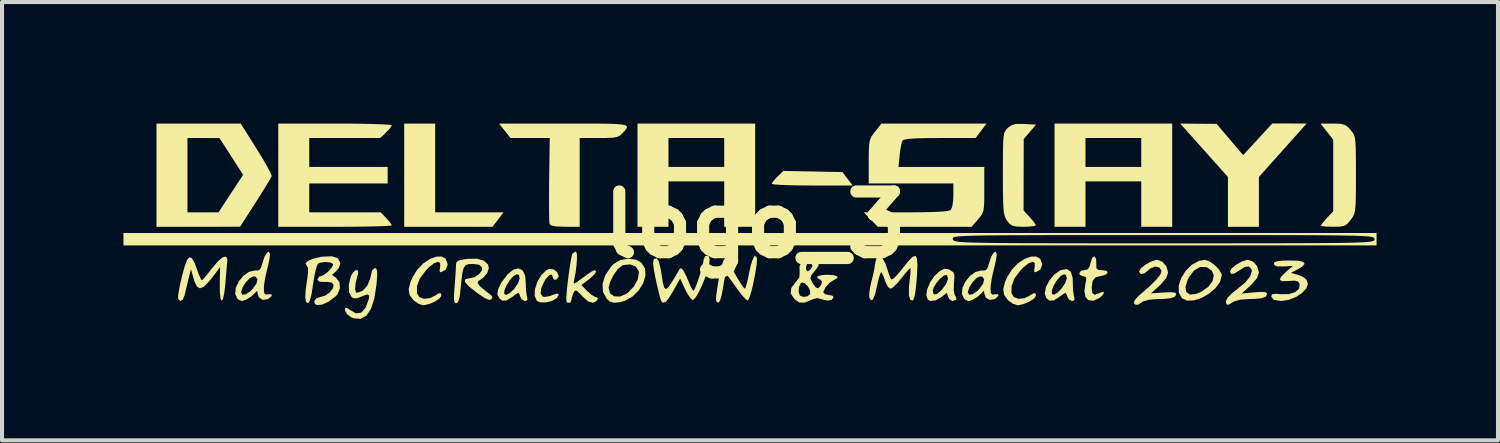
<source format=kicad_pcb>
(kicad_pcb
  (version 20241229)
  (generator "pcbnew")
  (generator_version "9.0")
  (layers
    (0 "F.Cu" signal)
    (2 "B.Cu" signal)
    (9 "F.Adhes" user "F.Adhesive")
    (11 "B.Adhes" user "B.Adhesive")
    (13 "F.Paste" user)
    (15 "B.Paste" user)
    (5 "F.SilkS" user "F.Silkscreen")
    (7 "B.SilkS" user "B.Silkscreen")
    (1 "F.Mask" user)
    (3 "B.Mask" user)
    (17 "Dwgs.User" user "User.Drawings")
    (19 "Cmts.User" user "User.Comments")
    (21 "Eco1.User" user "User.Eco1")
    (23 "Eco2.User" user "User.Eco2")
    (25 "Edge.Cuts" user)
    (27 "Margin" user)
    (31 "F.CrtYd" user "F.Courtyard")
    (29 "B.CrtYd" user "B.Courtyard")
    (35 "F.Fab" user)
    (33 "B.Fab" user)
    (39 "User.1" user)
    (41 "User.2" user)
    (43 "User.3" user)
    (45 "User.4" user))
  (footprint "logo_3"
    (layer "F.Cu")
    (at 15.607 2.502)
    (property "Reference" "logo_3" (at 0 0 0) (layer "F.SilkS") (effects (font (size 1.5 1.5) (thickness 0.3))))
    (attr board_only exclude_from_pos_files exclude_from_bom)
    (fp_poly (pts (xy -7.906 -1.403) (xy -7.906 -0.306) (xy -7.061 -0.306) (xy -6.217 -0.306) (xy -6.353 -0.128) (xy -6.49 0.051) (xy -7.58 0.051) (xy -8.671 0.051) (xy -8.671 -1.224) (xy -8.671 -2.499) (xy -8.288 -2.499) (xy -7.906 -2.499)) (stroke (width 0) (type solid)) (fill yes) (layer "F.SilkS"))
    (fp_poly (pts (xy 1.426 -1.315) (xy 2.155 -1.301) (xy 2.283 -1.135) (xy 2.41 -0.969) (xy 1.409 -0.969) (xy 1.102 -0.971) (xy 0.833 -0.977) (xy 0.618 -0.985) (xy 0.471 -0.996) (xy 0.409 -1.009) (xy 0.408 -1.011) (xy 0.442 -1.069) (xy 0.525 -1.164) (xy 0.553 -1.191) (xy 0.697 -1.329)) (stroke (width 0) (type solid)) (fill yes) (layer "F.SilkS"))
    (fp_poly (pts (xy 13.2 -2.501) (xy 13.624 -2.499) (xy 13.035 -1.84) (xy 12.445 -1.18) (xy 12.445 -0.565) (xy 12.445 0.051) (xy 12.062 0.051) (xy 11.68 0.051) (xy 11.68 -0.565) (xy 11.68 -1.18) (xy 11.09 -1.84) (xy 10.501 -2.499) (xy 10.95 -2.495) (xy 11.399 -2.492) (xy 11.728 -2.106) (xy 12.056 -1.72) (xy 12.416 -2.111) (xy 12.777 -2.502)) (stroke (width 0) (type solid)) (fill yes) (layer "F.SilkS"))
    (fp_poly (pts (xy 0 -1.224) (xy 0 0.051) (xy -0.383 0.051) (xy -0.765 0.051) (xy -0.765 -0.51) (xy -0.765 -1.071) (xy -1.454 -1.071) (xy -2.142 -1.071) (xy -2.142 -0.51) (xy -2.142 0.051) (xy -2.525 0.051) (xy -2.907 0.051) (xy -2.907 -1.224) (xy -2.907 -2.142) (xy -2.142 -2.142) (xy -2.142 -1.785) (xy -2.142 -1.428) (xy -1.454 -1.428) (xy -0.765 -1.428) (xy -0.765 -1.785) (xy -0.765 -2.142) (xy -1.454 -2.142) (xy -2.142 -2.142) (xy -2.907 -2.142) (xy -2.907 -2.499) (xy -1.454 -2.499) (xy 0 -2.499)) (stroke (width 0) (type solid)) (fill yes) (layer "F.SilkS"))
    (fp_poly (pts (xy 10.303 -1.224) (xy 10.303 0.051) (xy 9.92 0.051) (xy 9.538 0.051) (xy 9.538 -0.51) (xy 9.538 -1.071) (xy 8.849 -1.071) (xy 8.161 -1.071) (xy 8.161 -0.51) (xy 8.161 0.051) (xy 7.778 0.051) (xy 7.396 0.051) (xy 7.396 -1.224) (xy 7.396 -2.142) (xy 8.161 -2.142) (xy 8.161 -1.785) (xy 8.161 -1.428) (xy 8.849 -1.428) (xy 9.538 -1.428) (xy 9.538 -1.785) (xy 9.538 -2.142) (xy 8.849 -2.142) (xy 8.161 -2.142) (xy 7.396 -2.142) (xy 7.396 -2.499) (xy 8.849 -2.499) (xy 10.303 -2.499)) (stroke (width 0) (type solid)) (fill yes) (layer "F.SilkS"))
    (fp_poly (pts (xy -4.985 1.101) (xy -4.894 1.168) (xy -4.855 1.263) (xy -4.861 1.295) (xy -4.911 1.356) (xy -4.973 1.357) (xy -4.998 1.305) (xy -5.021 1.232) (xy -5.081 1.243) (xy -5.165 1.332) (xy -5.203 1.39) (xy -5.284 1.561) (xy -5.302 1.694) (xy -5.256 1.771) (xy -5.199 1.785) (xy -5.066 1.761) (xy -4.991 1.73) (xy -4.889 1.698) (xy -4.852 1.728) (xy -4.894 1.804) (xy -4.903 1.814) (xy -5.018 1.882) (xy -5.168 1.919) (xy -5.31 1.918) (xy -5.394 1.881) (xy -5.447 1.76) (xy -5.441 1.595) (xy -5.384 1.416) (xy -5.29 1.252) (xy -5.168 1.131) (xy -5.092 1.094)) (stroke (width 0) (type solid)) (fill yes) (layer "F.SilkS"))
    (fp_poly (pts (xy -12.32 -1.88) (xy -12.181 -1.655) (xy -12.067 -1.458) (xy -11.985 -1.306) (xy -11.947 -1.216) (xy -11.945 -1.202) (xy -11.977 -1.139) (xy -12.054 -1.008) (xy -12.165 -0.827) (xy -12.301 -0.612) (xy -12.343 -0.546) (xy -12.726 0.05) (xy -13.758 0.051) (xy -14.791 0.051) (xy -14.791 -1.224) (xy -14.791 -2.142) (xy -14.026 -2.142) (xy -14.026 -1.224) (xy -14.026 -0.306) (xy -13.643 -0.306) (xy -13.259 -0.306) (xy -12.955 -0.769) (xy -12.651 -1.232) (xy -12.821 -1.498) (xy -12.938 -1.68) (xy -13.054 -1.86) (xy -13.113 -1.953) (xy -13.236 -2.141) (xy -13.631 -2.142) (xy -14.026 -2.142) (xy -14.791 -2.142) (xy -14.791 -2.499) (xy -13.75 -2.499) (xy -12.709 -2.499)) (stroke (width 0) (type solid)) (fill yes) (layer "F.SilkS"))
    (fp_poly (pts (xy -3.9 -2.498) (xy -3.621 -2.495) (xy -3.418 -2.487) (xy -3.281 -2.474) (xy -3.2 -2.454) (xy -3.168 -2.425) (xy -3.174 -2.386) (xy -3.21 -2.336) (xy -3.267 -2.272) (xy -3.281 -2.257) (xy -3.34 -2.202) (xy -3.412 -2.168) (xy -3.523 -2.15) (xy -3.696 -2.143) (xy -3.86 -2.142) (xy -4.335 -2.142) (xy -4.335 -1.046) (xy -4.335 0.051) (xy -4.694 0.051) (xy -4.91 0.043) (xy -5.036 0.018) (xy -5.079 -0.017) (xy -5.086 -0.087) (xy -5.091 -0.242) (xy -5.093 -0.466) (xy -5.093 -0.742) (xy -5.091 -1.054) (xy -5.09 -1.113) (xy -5.075 -2.142) (xy -5.559 -2.142) (xy -6.044 -2.142) (xy -6.186 -2.321) (xy -6.329 -2.499) (xy -4.717 -2.499) (xy -4.262 -2.499)) (stroke (width 0) (type solid)) (fill yes) (layer "F.SilkS"))
    (fp_poly (pts (xy 6.651 -2.489) (xy 6.94 -2.474) (xy 6.788 -2.295) (xy 6.635 -2.117) (xy 6.633 -1.234) (xy 6.631 -0.351) (xy 6.783 -0.188) (xy 6.877 -0.081) (xy 6.931 -0.003) (xy 6.936 0.013) (xy 6.89 0.033) (xy 6.77 0.047) (xy 6.634 0.051) (xy 6.459 0.046) (xy 6.352 0.023) (xy 6.279 -0.029) (xy 6.226 -0.097) (xy 6.19 -0.154) (xy 6.163 -0.22) (xy 6.144 -0.309) (xy 6.132 -0.438) (xy 6.125 -0.621) (xy 6.121 -0.873) (xy 6.12 -1.21) (xy 6.12 -1.261) (xy 6.121 -1.607) (xy 6.123 -1.866) (xy 6.128 -2.052) (xy 6.139 -2.181) (xy 6.155 -2.266) (xy 6.18 -2.322) (xy 6.214 -2.365) (xy 6.241 -2.391) (xy 6.332 -2.458) (xy 6.44 -2.489) (xy 6.604 -2.491)) (stroke (width 0) (type solid)) (fill yes) (layer "F.SilkS"))
    (fp_poly (pts (xy 14.45 -2.494) (xy 14.562 -2.47) (xy 14.644 -2.414) (xy 14.71 -2.342) (xy 14.756 -2.285) (xy 14.79 -2.228) (xy 14.814 -2.156) (xy 14.829 -2.053) (xy 14.837 -1.903) (xy 14.841 -1.689) (xy 14.842 -1.397) (xy 14.842 -1.238) (xy 14.842 -0.905) (xy 14.839 -0.658) (xy 14.833 -0.48) (xy 14.821 -0.357) (xy 14.801 -0.27) (xy 14.772 -0.205) (xy 14.731 -0.144) (xy 14.712 -0.12) (xy 14.631 -0.023) (xy 14.551 0.028) (xy 14.437 0.048) (xy 14.279 0.051) (xy 14.118 0.047) (xy 14.008 0.035) (xy 13.975 0.023) (xy 14.007 -0.028) (xy 14.087 -0.124) (xy 14.128 -0.169) (xy 14.281 -0.332) (xy 14.281 -1.217) (xy 14.281 -2.102) (xy 14.124 -2.301) (xy 13.967 -2.499) (xy 14.272 -2.499)) (stroke (width 0) (type solid)) (fill yes) (layer "F.SilkS"))
    (fp_poly (pts (xy 11.224 0.905) (xy 11.353 0.997) (xy 11.464 1.114) (xy 11.524 1.226) (xy 11.527 1.251) (xy 11.485 1.411) (xy 11.374 1.565) (xy 11.215 1.702) (xy 11.031 1.807) (xy 10.843 1.869) (xy 10.673 1.876) (xy 10.543 1.814) (xy 10.541 1.812) (xy 10.466 1.672) (xy 10.465 1.537) (xy 10.63 1.537) (xy 10.65 1.665) (xy 10.741 1.726) (xy 10.894 1.71) (xy 11.015 1.659) (xy 11.193 1.535) (xy 11.299 1.395) (xy 11.331 1.255) (xy 11.284 1.135) (xy 11.155 1.05) (xy 10.996 1.042) (xy 10.845 1.129) (xy 10.714 1.302) (xy 10.69 1.349) (xy 10.63 1.537) (xy 10.465 1.537) (xy 10.465 1.5) (xy 10.526 1.315) (xy 10.637 1.139) (xy 10.785 0.992) (xy 10.958 0.895) (xy 11.11 0.867)) (stroke (width 0) (type solid)) (fill yes) (layer "F.SilkS"))
    (fp_poly (pts (xy 8.422 0.841) (xy 8.428 0.962) (xy 8.429 1.073) (xy 8.476 1.116) (xy 8.573 1.122) (xy 8.684 1.142) (xy 8.709 1.188) (xy 8.655 1.237) (xy 8.539 1.267) (xy 8.406 1.303) (xy 8.337 1.388) (xy 8.315 1.545) (xy 8.314 1.568) (xy 8.331 1.692) (xy 8.391 1.73) (xy 8.509 1.688) (xy 8.521 1.681) (xy 8.601 1.656) (xy 8.617 1.687) (xy 8.572 1.753) (xy 8.506 1.808) (xy 8.351 1.879) (xy 8.228 1.861) (xy 8.162 1.787) (xy 8.134 1.638) (xy 8.155 1.481) (xy 8.179 1.35) (xy 8.168 1.291) (xy 8.117 1.275) (xy 8.104 1.275) (xy 8.025 1.242) (xy 8.008 1.199) (xy 8.052 1.137) (xy 8.129 1.122) (xy 8.217 1.102) (xy 8.265 1.025) (xy 8.285 0.94) (xy 8.33 0.814) (xy 8.383 0.782)) (stroke (width 0) (type solid)) (fill yes) (layer "F.SilkS"))
    (fp_poly (pts (xy -10.013 -2.498) (xy -9.682 -2.494) (xy -9.4 -2.487) (xy -9.18 -2.479) (xy -9.035 -2.47) (xy -8.977 -2.459) (xy -8.977 -2.458) (xy -9.01 -2.399) (xy -9.094 -2.305) (xy -9.12 -2.279) (xy -9.263 -2.142) (xy -10.14 -2.142) (xy -11.017 -2.142) (xy -11.017 -1.785) (xy -11.017 -1.428) (xy -10.048 -1.428) (xy -9.079 -1.428) (xy -9.079 -1.224) (xy -9.079 -1.02) (xy -10.048 -1.02) (xy -11.017 -1.02) (xy -11.017 -0.663) (xy -11.017 -0.306) (xy -10.134 -0.306) (xy -9.251 -0.306) (xy -9.114 -0.163) (xy -9.026 -0.063) (xy -8.979 0.007) (xy -8.977 0.016) (xy -9.026 0.025) (xy -9.163 0.033) (xy -9.377 0.04) (xy -9.654 0.046) (xy -9.981 0.05) (xy -10.344 0.051) (xy -10.379 0.051) (xy -11.782 0.051) (xy -11.782 -1.224) (xy -11.782 -2.499) (xy -10.379 -2.499)) (stroke (width 0) (type solid)) (fill yes) (layer "F.SilkS"))
    (fp_poly (pts (xy -2.936 0.867) (xy -2.811 0.939) (xy -2.722 1.08) (xy -2.71 1.254) (xy -2.764 1.44) (xy -2.874 1.62) (xy -3.029 1.773) (xy -3.219 1.881) (xy -3.347 1.915) (xy -3.494 1.928) (xy -3.591 1.898) (xy -3.665 1.832) (xy -3.759 1.662) (xy -3.764 1.569) (xy -3.621 1.569) (xy -3.582 1.7) (xy -3.481 1.77) (xy -3.339 1.774) (xy -3.181 1.706) (xy -3.143 1.679) (xy -2.996 1.526) (xy -2.901 1.35) (xy -2.872 1.184) (xy -2.878 1.143) (xy -2.952 1.034) (xy -3.085 0.981) (xy -3.244 0.994) (xy -3.291 1.012) (xy -3.394 1.097) (xy -3.498 1.242) (xy -3.581 1.407) (xy -3.621 1.553) (xy -3.621 1.569) (xy -3.764 1.569) (xy -3.77 1.459) (xy -3.701 1.242) (xy -3.557 1.033) (xy -3.495 0.969) (xy -3.329 0.872) (xy -3.129 0.838)) (stroke (width 0) (type solid)) (fill yes) (layer "F.SilkS"))
    (fp_poly (pts (xy -7.647 0.841) (xy -7.601 0.962) (xy -7.6 0.995) (xy -7.644 1.11) (xy -7.754 1.17) (xy -7.788 1.173) (xy -7.797 1.131) (xy -7.783 1.046) (xy -7.781 0.945) (xy -7.837 0.916) (xy -7.937 0.954) (xy -8.066 1.056) (xy -8.128 1.121) (xy -8.284 1.327) (xy -8.355 1.517) (xy -8.356 1.691) (xy -8.299 1.787) (xy -8.182 1.83) (xy -8.036 1.814) (xy -7.93 1.763) (xy -7.818 1.697) (xy -7.766 1.694) (xy -7.753 1.75) (xy -7.753 1.754) (xy -7.797 1.821) (xy -7.905 1.894) (xy -8.045 1.956) (xy -8.181 1.988) (xy -8.209 1.989) (xy -8.319 1.954) (xy -8.437 1.87) (xy -8.443 1.864) (xy -8.538 1.735) (xy -8.561 1.591) (xy -8.514 1.409) (xy -8.461 1.29) (xy -8.343 1.103) (xy -8.196 0.953) (xy -8.036 0.846) (xy -7.881 0.789) (xy -7.746 0.785)) (stroke (width 0) (type solid)) (fill yes) (layer "F.SilkS"))
    (fp_poly (pts (xy -5.747 1.127) (xy -5.683 1.257) (xy -5.668 1.438) (xy -5.664 1.605) (xy -5.644 1.746) (xy -5.637 1.772) (xy -5.624 1.86) (xy -5.675 1.887) (xy -5.686 1.887) (xy -5.768 1.844) (xy -5.8 1.785) (xy -5.831 1.703) (xy -5.851 1.683) (xy -5.903 1.711) (xy -5.998 1.78) (xy -6.005 1.785) (xy -6.141 1.871) (xy -6.243 1.876) (xy -6.314 1.826) (xy -6.369 1.726) (xy -6.367 1.711) (xy -6.2 1.711) (xy -6.151 1.734) (xy -6.062 1.689) (xy -5.949 1.581) (xy -5.947 1.577) (xy -5.855 1.44) (xy -5.818 1.321) (xy -5.837 1.242) (xy -5.887 1.224) (xy -5.968 1.266) (xy -6.064 1.373) (xy -6.15 1.513) (xy -6.194 1.619) (xy -6.2 1.711) (xy -6.367 1.711) (xy -6.351 1.595) (xy -6.269 1.428) (xy -6.122 1.23) (xy -5.979 1.113) (xy -5.849 1.079)) (stroke (width 0) (type solid)) (fill yes) (layer "F.SilkS"))
    (fp_poly (pts (xy 7.042 0.841) (xy 7.088 0.962) (xy 7.09 0.995) (xy 7.045 1.11) (xy 6.936 1.17) (xy 6.901 1.173) (xy 6.892 1.131) (xy 6.906 1.046) (xy 6.908 0.945) (xy 6.852 0.916) (xy 6.753 0.954) (xy 6.623 1.056) (xy 6.561 1.121) (xy 6.406 1.327) (xy 6.334 1.517) (xy 6.333 1.691) (xy 6.39 1.787) (xy 6.507 1.83) (xy 6.653 1.814) (xy 6.76 1.763) (xy 6.871 1.697) (xy 6.923 1.694) (xy 6.937 1.75) (xy 6.937 1.754) (xy 6.893 1.821) (xy 6.784 1.894) (xy 6.644 1.956) (xy 6.508 1.988) (xy 6.48 1.989) (xy 6.37 1.954) (xy 6.252 1.87) (xy 6.246 1.864) (xy 6.151 1.735) (xy 6.128 1.591) (xy 6.175 1.409) (xy 6.228 1.29) (xy 6.346 1.103) (xy 6.493 0.953) (xy 6.653 0.846) (xy 6.808 0.789) (xy 6.943 0.785)) (stroke (width 0) (type solid)) (fill yes) (layer "F.SilkS"))
    (fp_poly (pts (xy 7.797 1.159) (xy 7.844 1.31) (xy 7.848 1.438) (xy 7.852 1.605) (xy 7.872 1.746) (xy 7.879 1.772) (xy 7.892 1.86) (xy 7.841 1.887) (xy 7.83 1.887) (xy 7.748 1.844) (xy 7.716 1.785) (xy 7.685 1.703) (xy 7.665 1.683) (xy 7.613 1.711) (xy 7.518 1.78) (xy 7.512 1.785) (xy 7.372 1.871) (xy 7.268 1.873) (xy 7.192 1.811) (xy 7.161 1.712) (xy 7.33 1.712) (xy 7.382 1.73) (xy 7.473 1.676) (xy 7.57 1.577) (xy 7.661 1.44) (xy 7.699 1.321) (xy 7.679 1.242) (xy 7.629 1.224) (xy 7.548 1.266) (xy 7.454 1.372) (xy 7.372 1.51) (xy 7.332 1.619) (xy 7.33 1.712) (xy 7.161 1.712) (xy 7.155 1.694) (xy 7.184 1.54) (xy 7.267 1.377) (xy 7.389 1.23) (xy 7.537 1.127) (xy 7.554 1.12) (xy 7.7 1.095)) (stroke (width 0) (type solid)) (fill yes) (layer "F.SilkS"))
    (fp_poly (pts (xy 12.304 0.913) (xy 12.403 1.027) (xy 12.445 1.178) (xy 12.445 1.184) (xy 12.4 1.317) (xy 12.264 1.477) (xy 12.232 1.507) (xy 12.019 1.699) (xy 12.334 1.67) (xy 12.516 1.659) (xy 12.616 1.669) (xy 12.649 1.702) (xy 12.649 1.708) (xy 12.619 1.774) (xy 12.52 1.814) (xy 12.341 1.833) (xy 12.196 1.836) (xy 11.987 1.851) (xy 11.838 1.892) (xy 11.804 1.911) (xy 11.696 1.978) (xy 11.642 1.966) (xy 11.629 1.892) (xy 11.671 1.804) (xy 11.785 1.688) (xy 11.882 1.613) (xy 12.1 1.434) (xy 12.231 1.276) (xy 12.271 1.143) (xy 12.262 1.104) (xy 12.198 1.03) (xy 12.094 1.044) (xy 11.972 1.122) (xy 11.838 1.207) (xy 11.756 1.214) (xy 11.731 1.152) (xy 11.773 1.078) (xy 11.878 0.992) (xy 12.011 0.915) (xy 12.137 0.871) (xy 12.175 0.867)) (stroke (width 0) (type solid)) (fill yes) (layer "F.SilkS"))
    (fp_poly (pts (xy 4.769 1.098) (xy 4.819 1.122) (xy 4.892 1.172) (xy 4.922 1.241) (xy 4.919 1.363) (xy 4.912 1.434) (xy 4.905 1.616) (xy 4.93 1.736) (xy 4.94 1.751) (xy 4.973 1.825) (xy 4.964 1.854) (xy 4.875 1.887) (xy 4.794 1.836) (xy 4.769 1.784) (xy 4.736 1.682) (xy 4.605 1.784) (xy 4.458 1.868) (xy 4.33 1.884) (xy 4.267 1.853) (xy 4.228 1.748) (xy 4.244 1.633) (xy 4.386 1.633) (xy 4.411 1.719) (xy 4.481 1.717) (xy 4.592 1.627) (xy 4.613 1.605) (xy 4.718 1.463) (xy 4.764 1.338) (xy 4.743 1.252) (xy 4.73 1.242) (xy 4.665 1.254) (xy 4.573 1.327) (xy 4.48 1.435) (xy 4.41 1.549) (xy 4.386 1.633) (xy 4.244 1.633) (xy 4.249 1.598) (xy 4.319 1.429) (xy 4.426 1.27) (xy 4.56 1.146) (xy 4.565 1.143) (xy 4.675 1.087)) (stroke (width 0) (type solid)) (fill yes) (layer "F.SilkS"))
    (fp_poly (pts (xy 10.06 0.913) (xy 10.159 1.027) (xy 10.201 1.178) (xy 10.201 1.184) (xy 10.156 1.318) (xy 10.018 1.479) (xy 9.989 1.505) (xy 9.778 1.696) (xy 10.091 1.674) (xy 10.28 1.667) (xy 10.381 1.682) (xy 10.405 1.713) (xy 10.373 1.776) (xy 10.268 1.816) (xy 10.081 1.834) (xy 9.951 1.836) (xy 9.743 1.851) (xy 9.593 1.892) (xy 9.56 1.911) (xy 9.454 1.978) (xy 9.389 1.973) (xy 9.358 1.936) (xy 9.373 1.874) (xy 9.449 1.781) (xy 9.489 1.745) (xy 9.744 1.522) (xy 9.917 1.35) (xy 10.014 1.224) (xy 10.039 1.139) (xy 10.039 1.137) (xy 9.982 1.054) (xy 9.879 1.034) (xy 9.763 1.08) (xy 9.718 1.12) (xy 9.616 1.202) (xy 9.531 1.22) (xy 9.488 1.169) (xy 9.487 1.152) (xy 9.529 1.078) (xy 9.634 0.992) (xy 9.766 0.915) (xy 9.893 0.871) (xy 9.931 0.867)) (stroke (width 0) (type solid)) (fill yes) (layer "F.SilkS"))
    (fp_poly (pts (xy 13.411 0.889) (xy 13.542 0.917) (xy 13.574 0.968) (xy 13.508 1.04) (xy 13.401 1.104) (xy 13.236 1.191) (xy 13.395 1.233) (xy 13.528 1.286) (xy 13.619 1.353) (xy 13.657 1.462) (xy 13.613 1.579) (xy 13.506 1.691) (xy 13.357 1.787) (xy 13.182 1.855) (xy 13.001 1.884) (xy 12.834 1.861) (xy 12.815 1.853) (xy 12.756 1.786) (xy 12.751 1.758) (xy 12.776 1.717) (xy 12.866 1.706) (xy 12.993 1.717) (xy 13.186 1.714) (xy 13.34 1.665) (xy 13.436 1.581) (xy 13.453 1.474) (xy 13.447 1.455) (xy 13.406 1.399) (xy 13.321 1.381) (xy 13.184 1.39) (xy 13.026 1.395) (xy 12.961 1.363) (xy 12.989 1.289) (xy 13.107 1.171) (xy 13.12 1.159) (xy 13.287 1.017) (xy 13.059 1.031) (xy 12.905 1.031) (xy 12.831 1.001) (xy 12.815 0.969) (xy 12.826 0.929) (xy 12.889 0.904) (xy 13.023 0.889) (xy 13.183 0.884)) (stroke (width 0) (type solid)) (fill yes) (layer "F.SilkS"))
    (fp_poly (pts (xy -9.359 1.086) (xy -9.34 1.143) (xy -9.339 1.262) (xy -9.354 1.463) (xy -9.354 1.466) (xy -9.406 1.815) (xy -9.491 2.077) (xy -9.607 2.248) (xy -9.752 2.327) (xy -9.925 2.31) (xy -9.981 2.286) (xy -10.079 2.212) (xy -10.135 2.121) (xy -10.126 2.051) (xy -10.126 2.05) (xy -10.073 2.06) (xy -10.006 2.108) (xy -9.863 2.19) (xy -9.734 2.173) (xy -9.631 2.058) (xy -9.612 2.016) (xy -9.547 1.842) (xy -9.537 1.747) (xy -9.586 1.723) (xy -9.696 1.761) (xy -9.714 1.769) (xy -9.842 1.819) (xy -9.923 1.816) (xy -9.969 1.787) (xy -10.034 1.671) (xy -10.041 1.493) (xy -9.992 1.283) (xy -9.935 1.177) (xy -9.869 1.123) (xy -9.818 1.127) (xy -9.807 1.195) (xy -9.818 1.237) (xy -9.869 1.436) (xy -9.885 1.587) (xy -9.862 1.671) (xy -9.837 1.682) (xy -9.699 1.633) (xy -9.583 1.508) (xy -9.511 1.333) (xy -9.502 1.285) (xy -9.464 1.13) (xy -9.404 1.072) (xy -9.396 1.071)) (stroke (width 0) (type solid)) (fill yes) (layer "F.SilkS"))
    (fp_poly (pts (xy -4.406 0.709) (xy -4.402 0.829) (xy -4.413 0.998) (xy -4.438 1.19) (xy -4.474 1.372) (xy -4.485 1.436) (xy -4.465 1.451) (xy -4.399 1.413) (xy -4.269 1.317) (xy -4.259 1.309) (xy -4.122 1.209) (xy -4.016 1.142) (xy -3.971 1.122) (xy -3.927 1.148) (xy -3.962 1.217) (xy -4.071 1.321) (xy -4.11 1.351) (xy -4.292 1.491) (xy -4.151 1.638) (xy -4.044 1.732) (xy -3.955 1.783) (xy -3.939 1.785) (xy -3.886 1.81) (xy -3.899 1.863) (xy -3.963 1.913) (xy -4.013 1.928) (xy -4.125 1.896) (xy -4.263 1.776) (xy -4.275 1.762) (xy -4.373 1.657) (xy -4.429 1.62) (xy -4.466 1.645) (xy -4.487 1.68) (xy -4.53 1.797) (xy -4.539 1.858) (xy -4.571 1.93) (xy -4.636 1.924) (xy -4.662 1.895) (xy -4.667 1.829) (xy -4.658 1.688) (xy -4.64 1.498) (xy -4.614 1.284) (xy -4.585 1.073) (xy -4.556 0.89) (xy -4.53 0.761) (xy -4.515 0.715) (xy -4.445 0.665) (xy -4.428 0.663)) (stroke (width 0) (type solid)) (fill yes) (layer "F.SilkS"))
    (fp_poly (pts (xy -13.041 0.841) (xy -13.042 0.895) (xy -13.051 0.989) (xy -13.065 1.156) (xy -13.082 1.363) (xy -13.088 1.443) (xy -13.115 1.687) (xy -13.148 1.833) (xy -13.18 1.879) (xy -13.208 1.826) (xy -13.225 1.674) (xy -13.227 1.448) (xy -13.219 1.046) (xy -13.329 1.194) (xy -13.496 1.406) (xy -13.622 1.532) (xy -13.717 1.572) (xy -13.79 1.53) (xy -13.85 1.408) (xy -13.878 1.316) (xy -13.939 1.097) (xy -14.003 1.352) (xy -14.047 1.531) (xy -14.085 1.693) (xy -14.098 1.747) (xy -14.144 1.855) (xy -14.204 1.885) (xy -14.256 1.827) (xy -14.257 1.823) (xy -14.256 1.749) (xy -14.233 1.601) (xy -14.192 1.404) (xy -14.162 1.275) (xy -14.092 1.019) (xy -14.03 0.861) (xy -13.971 0.8) (xy -13.911 0.833) (xy -13.845 0.957) (xy -13.798 1.084) (xy -13.741 1.238) (xy -13.694 1.343) (xy -13.67 1.375) (xy -13.629 1.336) (xy -13.544 1.236) (xy -13.433 1.094) (xy -13.414 1.07) (xy -13.273 0.904) (xy -13.157 0.807) (xy -13.077 0.785)) (stroke (width 0) (type solid)) (fill yes) (layer "F.SilkS"))
    (fp_poly (pts (xy 0.028 0.785) (xy 0.045 0.849) (xy 0.037 0.981) (xy 0.004 1.193) (xy -0.041 1.424) (xy -0.086 1.621) (xy -0.132 1.774) (xy -0.171 1.861) (xy -0.182 1.872) (xy -0.234 1.841) (xy -0.324 1.743) (xy -0.434 1.599) (xy -0.463 1.558) (xy -0.572 1.402) (xy -0.661 1.285) (xy -0.713 1.228) (xy -0.719 1.225) (xy -0.74 1.271) (xy -0.768 1.392) (xy -0.795 1.562) (xy -0.795 1.565) (xy -0.828 1.743) (xy -0.868 1.873) (xy -0.905 1.926) (xy -0.956 1.902) (xy -0.969 1.835) (xy -0.96 1.736) (xy -0.936 1.567) (xy -0.902 1.358) (xy -0.886 1.27) (xy -0.832 1.023) (xy -0.776 0.869) (xy -0.721 0.809) (xy -0.669 0.847) (xy -0.636 0.931) (xy -0.594 1.034) (xy -0.521 1.174) (xy -0.435 1.326) (xy -0.35 1.463) (xy -0.283 1.556) (xy -0.253 1.581) (xy -0.23 1.535) (xy -0.196 1.412) (xy -0.158 1.237) (xy -0.149 1.19) (xy -0.107 1.002) (xy -0.061 0.858) (xy -0.02 0.782) (xy -0.013 0.778)) (stroke (width 0) (type solid)) (fill yes) (layer "F.SilkS"))
    (fp_poly (pts (xy 5.581 -2.321) (xy 5.445 -2.142) (xy 4.562 -2.142) (xy 4.213 -2.14) (xy 3.956 -2.133) (xy 3.781 -2.12) (xy 3.678 -2.101) (xy 3.638 -2.078) (xy 3.612 -1.995) (xy 3.585 -1.847) (xy 3.57 -1.721) (xy 3.541 -1.428) (xy 4.601 -1.428) (xy 5.661 -1.428) (xy 5.661 -0.869) (xy 5.66 -0.623) (xy 5.654 -0.455) (xy 5.637 -0.342) (xy 5.605 -0.26) (xy 5.552 -0.186) (xy 5.503 -0.129) (xy 5.345 0.051) (xy 4.187 0.051) (xy 3.029 0.051) (xy 2.856 -0.128) (xy 2.683 -0.306) (xy 3.729 -0.306) (xy 4.125 -0.308) (xy 4.426 -0.315) (xy 4.64 -0.327) (xy 4.774 -0.344) (xy 4.835 -0.367) (xy 4.835 -0.367) (xy 4.869 -0.449) (xy 4.891 -0.596) (xy 4.896 -0.724) (xy 4.896 -1.02) (xy 3.851 -1.02) (xy 2.805 -1.02) (xy 2.805 -1.561) (xy 2.807 -1.803) (xy 2.814 -1.969) (xy 2.833 -2.082) (xy 2.868 -2.169) (xy 2.926 -2.254) (xy 2.963 -2.301) (xy 3.12 -2.499) (xy 4.419 -2.499) (xy 5.718 -2.499)) (stroke (width 0) (type solid)) (fill yes) (layer "F.SilkS"))
    (fp_poly (pts (xy -6.702 0.888) (xy -6.6 0.984) (xy -6.58 1.072) (xy -6.62 1.191) (xy -6.72 1.312) (xy -6.841 1.393) (xy -6.859 1.441) (xy -6.788 1.531) (xy -6.632 1.659) (xy -6.556 1.714) (xy -6.491 1.782) (xy -6.514 1.842) (xy -6.569 1.857) (xy -6.666 1.819) (xy -6.818 1.721) (xy -6.879 1.677) (xy -7.069 1.527) (xy -7.167 1.419) (xy -7.174 1.353) (xy -7.091 1.327) (xy -7.07 1.326) (xy -6.936 1.296) (xy -6.82 1.221) (xy -6.75 1.126) (xy -6.748 1.054) (xy -6.817 0.991) (xy -6.966 0.969) (xy -6.98 0.969) (xy -7.084 0.974) (xy -7.155 1.001) (xy -7.202 1.067) (xy -7.234 1.188) (xy -7.258 1.383) (xy -7.276 1.568) (xy -7.299 1.771) (xy -7.329 1.888) (xy -7.368 1.935) (xy -7.385 1.938) (xy -7.422 1.924) (xy -7.44 1.867) (xy -7.442 1.751) (xy -7.428 1.554) (xy -7.425 1.517) (xy -7.409 1.307) (xy -7.397 1.125) (xy -7.392 1.004) (xy -7.391 0.988) (xy -7.379 0.923) (xy -7.324 0.883) (xy -7.202 0.856) (xy -7.111 0.843) (xy -6.876 0.839)) (stroke (width 0) (type solid)) (fill yes) (layer "F.SilkS"))
    (fp_poly (pts (xy -1.139 0.785) (xy -1.125 0.861) (xy -1.135 0.96) (xy -1.169 1.111) (xy -1.23 1.294) (xy -1.308 1.485) (xy -1.391 1.659) (xy -1.468 1.791) (xy -1.528 1.858) (xy -1.54 1.862) (xy -1.596 1.819) (xy -1.672 1.708) (xy -1.731 1.595) (xy -1.854 1.329) (xy -2.014 1.618) (xy -2.13 1.809) (xy -2.217 1.91) (xy -2.282 1.926) (xy -2.318 1.892) (xy -2.342 1.822) (xy -2.381 1.677) (xy -2.427 1.483) (xy -2.452 1.371) (xy -2.501 1.122) (xy -2.521 0.958) (xy -2.511 0.866) (xy -2.499 0.847) (xy -2.435 0.828) (xy -2.38 0.909) (xy -2.334 1.092) (xy -2.318 1.196) (xy -2.283 1.42) (xy -2.249 1.55) (xy -2.208 1.59) (xy -2.15 1.548) (xy -2.067 1.431) (xy -2.049 1.401) (xy -1.96 1.257) (xy -1.895 1.145) (xy -1.872 1.1) (xy -1.833 1.07) (xy -1.772 1.133) (xy -1.696 1.283) (xy -1.659 1.372) (xy -1.598 1.516) (xy -1.548 1.61) (xy -1.526 1.632) (xy -1.494 1.588) (xy -1.446 1.473) (xy -1.391 1.316) (xy -1.338 1.146) (xy -1.296 0.992) (xy -1.276 0.881) (xy -1.275 0.866) (xy -1.24 0.782) (xy -1.192 0.765)) (stroke (width 0) (type solid)) (fill yes) (layer "F.SilkS"))
    (fp_poly (pts (xy 3.998 0.836) (xy 4.009 0.993) (xy 3.998 1.245) (xy 3.989 1.373) (xy 3.965 1.609) (xy 3.936 1.778) (xy 3.903 1.865) (xy 3.893 1.873) (xy 3.83 1.852) (xy 3.798 1.74) (xy 3.799 1.543) (xy 3.816 1.386) (xy 3.834 1.224) (xy 3.839 1.111) (xy 3.83 1.074) (xy 3.786 1.113) (xy 3.7 1.212) (xy 3.608 1.329) (xy 3.496 1.462) (xy 3.397 1.553) (xy 3.342 1.581) (xy 3.281 1.536) (xy 3.222 1.421) (xy 3.207 1.377) (xy 3.162 1.251) (xy 3.123 1.179) (xy 3.113 1.173) (xy 3.086 1.219) (xy 3.05 1.339) (xy 3.013 1.505) (xy 2.96 1.726) (xy 2.909 1.847) (xy 2.861 1.868) (xy 2.822 1.806) (xy 2.817 1.713) (xy 2.837 1.558) (xy 2.873 1.399) (xy 2.918 1.218) (xy 2.949 1.066) (xy 2.959 0.986) (xy 2.985 0.864) (xy 3.006 0.819) (xy 3.071 0.778) (xy 3.144 0.827) (xy 3.217 0.957) (xy 3.265 1.099) (xy 3.311 1.241) (xy 3.354 1.335) (xy 3.37 1.354) (xy 3.418 1.328) (xy 3.508 1.239) (xy 3.622 1.103) (xy 3.646 1.072) (xy 3.791 0.892) (xy 3.894 0.79) (xy 3.962 0.77)) (stroke (width 0) (type solid)) (fill yes) (layer "F.SilkS"))
    (fp_poly (pts (xy -11.989 0.712) (xy -11.987 0.748) (xy -12 0.848) (xy -12.033 1.005) (xy -12.062 1.122) (xy -12.106 1.314) (xy -12.133 1.494) (xy -12.138 1.574) (xy -12.13 1.689) (xy -12.092 1.727) (xy -12.037 1.719) (xy -11.952 1.717) (xy -11.944 1.758) (xy -12.012 1.822) (xy -12.04 1.838) (xy -12.164 1.858) (xy -12.26 1.796) (xy -12.294 1.69) (xy -12.302 1.634) (xy -12.338 1.663) (xy -12.357 1.688) (xy -12.452 1.775) (xy -12.576 1.851) (xy -12.68 1.887) (xy -12.686 1.887) (xy -12.757 1.855) (xy -12.792 1.826) (xy -12.847 1.707) (xy -12.843 1.67) (xy -12.7 1.67) (xy -12.668 1.729) (xy -12.587 1.72) (xy -12.478 1.649) (xy -12.422 1.594) (xy -12.323 1.459) (xy -12.295 1.35) (xy -12.338 1.286) (xy -12.395 1.275) (xy -12.483 1.317) (xy -12.581 1.419) (xy -12.663 1.546) (xy -12.7 1.663) (xy -12.7 1.67) (xy -12.843 1.67) (xy -12.831 1.558) (xy -12.759 1.403) (xy -12.645 1.264) (xy -12.507 1.165) (xy -12.359 1.13) (xy -12.331 1.132) (xy -12.258 1.125) (xy -12.209 1.064) (xy -12.167 0.925) (xy -12.166 0.922) (xy -12.119 0.784) (xy -12.064 0.694) (xy -12.016 0.666)) (stroke (width 0) (type solid)) (fill yes) (layer "F.SilkS"))
    (fp_poly (pts (xy 5.965 0.712) (xy 5.967 0.748) (xy 5.954 0.848) (xy 5.921 1.005) (xy 5.891 1.122) (xy 5.848 1.314) (xy 5.82 1.494) (xy 5.815 1.574) (xy 5.823 1.689) (xy 5.861 1.727) (xy 5.916 1.719) (xy 6.001 1.717) (xy 6.009 1.758) (xy 5.941 1.822) (xy 5.913 1.838) (xy 5.789 1.858) (xy 5.694 1.796) (xy 5.66 1.69) (xy 5.652 1.634) (xy 5.616 1.663) (xy 5.596 1.688) (xy 5.502 1.775) (xy 5.378 1.851) (xy 5.273 1.887) (xy 5.267 1.887) (xy 5.196 1.855) (xy 5.162 1.826) (xy 5.106 1.707) (xy 5.11 1.67) (xy 5.254 1.67) (xy 5.285 1.729) (xy 5.366 1.72) (xy 5.475 1.649) (xy 5.532 1.594) (xy 5.63 1.459) (xy 5.658 1.35) (xy 5.615 1.286) (xy 5.559 1.275) (xy 5.47 1.317) (xy 5.372 1.419) (xy 5.291 1.546) (xy 5.254 1.663) (xy 5.254 1.67) (xy 5.11 1.67) (xy 5.122 1.558) (xy 5.195 1.403) (xy 5.308 1.264) (xy 5.446 1.165) (xy 5.595 1.13) (xy 5.623 1.132) (xy 5.695 1.125) (xy 5.744 1.064) (xy 5.787 0.925) (xy 5.788 0.922) (xy 5.835 0.784) (xy 5.889 0.694) (xy 5.938 0.666)) (stroke (width 0) (type solid)) (fill yes) (layer "F.SilkS"))
    (fp_poly (pts (xy -10.316 0.825) (xy -10.255 0.924) (xy -10.252 0.967) (xy -10.287 1.066) (xy -10.354 1.148) (xy -10.456 1.24) (xy -10.354 1.311) (xy -10.269 1.425) (xy -10.259 1.573) (xy -10.321 1.72) (xy -10.367 1.77) (xy -10.537 1.899) (xy -10.697 1.973) (xy -10.825 1.985) (xy -10.877 1.959) (xy -10.894 1.888) (xy -10.841 1.818) (xy -10.746 1.785) (xy -10.741 1.785) (xy -10.618 1.75) (xy -10.503 1.665) (xy -10.428 1.561) (xy -10.417 1.487) (xy -10.459 1.429) (xy -10.568 1.412) (xy -10.624 1.414) (xy -10.757 1.409) (xy -10.81 1.369) (xy -10.813 1.35) (xy -10.775 1.283) (xy -10.744 1.275) (xy -10.66 1.243) (xy -10.56 1.167) (xy -10.473 1.075) (xy -10.428 0.995) (xy -10.43 0.969) (xy -10.503 0.931) (xy -10.625 0.92) (xy -10.749 0.938) (xy -10.798 0.959) (xy -10.831 1.024) (xy -10.869 1.165) (xy -10.906 1.358) (xy -10.922 1.468) (xy -10.961 1.719) (xy -11.001 1.873) (xy -11.042 1.936) (xy -11.052 1.938) (xy -11.098 1.904) (xy -11.116 1.797) (xy -11.105 1.608) (xy -11.069 1.354) (xy -11.045 1.169) (xy -11.049 1.06) (xy -11.082 1.009) (xy -11.108 0.954) (xy -11.049 0.895) (xy -10.922 0.839) (xy -10.741 0.797) (xy -10.679 0.788) (xy -10.456 0.78)) (stroke (width 0) (type solid)) (fill yes) (layer "F.SilkS"))
    (fp_poly (pts (xy 1.463 0.805) (xy 1.506 0.848) (xy 1.564 0.937) (xy 1.567 1.008) (xy 1.508 1.098) (xy 1.458 1.157) (xy 1.38 1.258) (xy 1.365 1.33) (xy 1.407 1.421) (xy 1.418 1.441) (xy 1.498 1.552) (xy 1.56 1.571) (xy 1.621 1.499) (xy 1.629 1.484) (xy 1.653 1.399) (xy 1.606 1.358) (xy 1.532 1.312) (xy 1.549 1.271) (xy 1.649 1.244) (xy 1.785 1.236) (xy 1.945 1.247) (xy 2.03 1.278) (xy 2.03 1.319) (xy 1.951 1.361) (xy 1.845 1.429) (xy 1.745 1.538) (xy 1.688 1.646) (xy 1.684 1.67) (xy 1.727 1.718) (xy 1.811 1.734) (xy 1.906 1.752) (xy 1.938 1.787) (xy 1.896 1.852) (xy 1.793 1.875) (xy 1.664 1.848) (xy 1.652 1.843) (xy 1.531 1.812) (xy 1.404 1.848) (xy 1.377 1.862) (xy 1.211 1.927) (xy 1.085 1.92) (xy 0.969 1.836) (xy 0.88 1.7) (xy 0.883 1.66) (xy 1.073 1.66) (xy 1.105 1.751) (xy 1.105 1.751) (xy 1.196 1.785) (xy 1.3 1.765) (xy 1.358 1.71) (xy 1.354 1.62) (xy 1.302 1.523) (xy 1.227 1.449) (xy 1.153 1.428) (xy 1.13 1.441) (xy 1.083 1.537) (xy 1.073 1.66) (xy 0.883 1.66) (xy 0.891 1.564) (xy 0.997 1.426) (xy 1.092 1.301) (xy 1.099 1.191) (xy 1.096 1.069) (xy 1.254 1.069) (xy 1.261 1.109) (xy 1.294 1.153) (xy 1.351 1.119) (xy 1.369 1.101) (xy 1.42 1.025) (xy 1.388 0.96) (xy 1.386 0.957) (xy 1.323 0.921) (xy 1.278 0.965) (xy 1.254 1.069) (xy 1.096 1.069) (xy 1.095 1.037) (xy 1.15 0.905) (xy 1.243 0.81) (xy 1.354 0.772)) (stroke (width 0) (type solid)) (fill yes) (layer "F.SilkS"))
    (fp_poly (pts (xy 15.352 0.357) (xy 15.352 0.51) (xy -0.128 0.51) (xy -15.607 0.51) (xy -15.607 0.357) (xy -15.607 0.334) (xy 4.879 0.334) (xy 4.88 0.349) (xy 4.882 0.357) (xy 4.887 0.374) (xy 4.899 0.388) (xy 4.923 0.401) (xy 4.965 0.412) (xy 5.031 0.422) (xy 5.126 0.43) (xy 5.257 0.437) (xy 5.429 0.443) (xy 5.649 0.447) (xy 5.921 0.451) (xy 6.253 0.454) (xy 6.649 0.456) (xy 7.117 0.457) (xy 7.66 0.458) (xy 8.286 0.459) (xy 9.001 0.459) (xy 9.809 0.459) (xy 10.105 0.459) (xy 10.946 0.459) (xy 11.692 0.459) (xy 12.347 0.458) (xy 12.918 0.458) (xy 13.41 0.456) (xy 13.829 0.455) (xy 14.181 0.452) (xy 14.472 0.449) (xy 14.708 0.445) (xy 14.894 0.439) (xy 15.036 0.433) (xy 15.141 0.425) (xy 15.214 0.416) (xy 15.26 0.405) (xy 15.286 0.393) (xy 15.298 0.379) (xy 15.301 0.363) (xy 15.301 0.357) (xy 15.3 0.341) (xy 15.292 0.326) (xy 15.272 0.313) (xy 15.234 0.302) (xy 15.172 0.292) (xy 15.08 0.284) (xy 14.952 0.277) (xy 14.783 0.271) (xy 14.567 0.267) (xy 14.298 0.263) (xy 13.97 0.26) (xy 13.577 0.258) (xy 13.113 0.257) (xy 12.574 0.256) (xy 11.952 0.255) (xy 11.242 0.255) (xy 10.439 0.255) (xy 10.078 0.255) (xy 9.234 0.255) (xy 8.486 0.255) (xy 7.829 0.256) (xy 7.256 0.256) (xy 6.763 0.258) (xy 6.342 0.259) (xy 5.988 0.262) (xy 5.696 0.265) (xy 5.46 0.269) (xy 5.274 0.274) (xy 5.131 0.281) (xy 5.027 0.288) (xy 4.956 0.297) (xy 4.911 0.308) (xy 4.888 0.32) (xy 4.879 0.334) (xy -15.607 0.334) (xy -15.607 0.204) (xy -0.128 0.204) (xy 15.352 0.204)) (stroke (width 0) (type solid)) (fill yes) (layer "F.SilkS")))
  (gr_rect
    (start -3 -3)
    (end 33.959 7.83)
    (stroke (width 0.1) (type default))
    (fill no)
    (layer "Edge.Cuts")))
</source>
